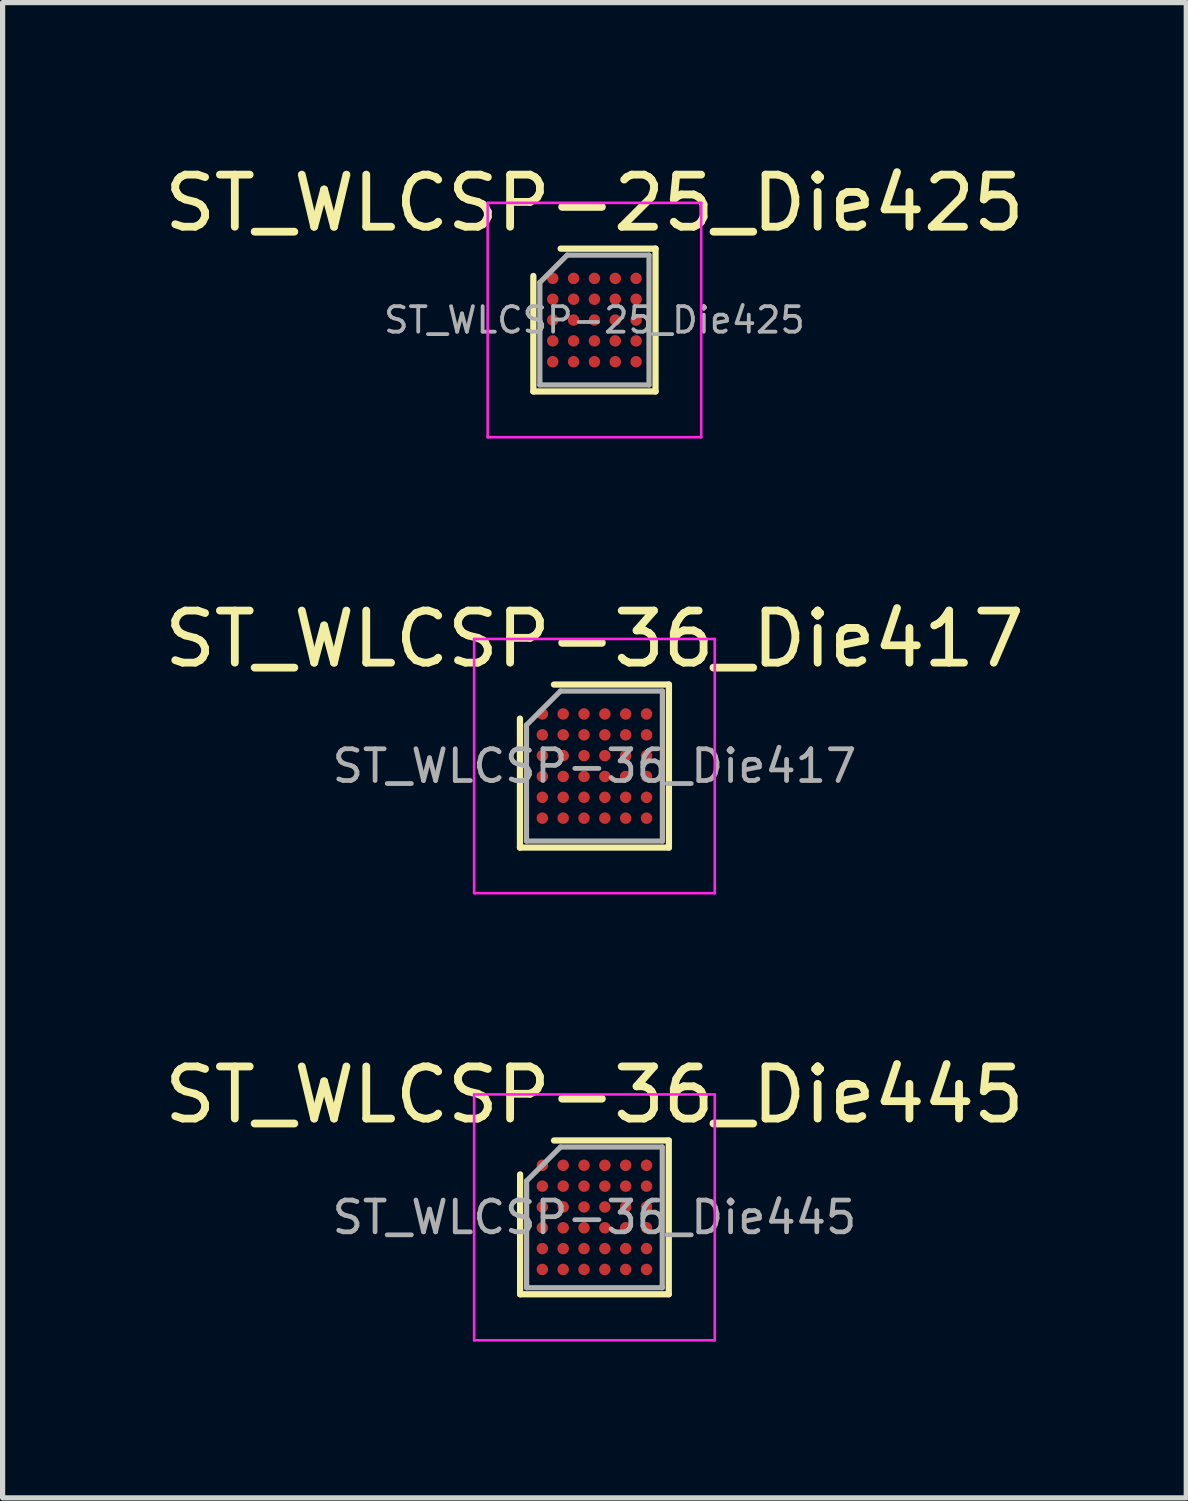
<source format=kicad_pcb>
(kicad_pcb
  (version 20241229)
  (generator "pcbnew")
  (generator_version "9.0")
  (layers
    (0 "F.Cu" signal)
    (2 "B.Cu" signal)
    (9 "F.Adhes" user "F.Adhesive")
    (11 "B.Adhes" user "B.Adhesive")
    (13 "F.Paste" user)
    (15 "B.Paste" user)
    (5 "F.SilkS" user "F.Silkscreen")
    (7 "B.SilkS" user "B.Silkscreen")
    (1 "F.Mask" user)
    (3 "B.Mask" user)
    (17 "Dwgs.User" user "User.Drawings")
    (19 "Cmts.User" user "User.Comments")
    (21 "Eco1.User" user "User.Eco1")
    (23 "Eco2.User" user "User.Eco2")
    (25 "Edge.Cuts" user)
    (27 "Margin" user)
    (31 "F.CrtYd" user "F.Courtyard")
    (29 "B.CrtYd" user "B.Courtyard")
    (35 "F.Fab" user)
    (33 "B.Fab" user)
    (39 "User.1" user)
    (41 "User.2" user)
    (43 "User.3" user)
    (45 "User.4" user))
  (footprint "ST_WLCSP-36_Die445"
    (layer "F.Cu")
    (at 8.363 20.323)
    (property "Reference" "ST_WLCSP-36_Die445" (at 0 -2.352 0) (layer "F.SilkS") (effects (font (size 1 1) (thickness 0.15))))
    (attr smd)
    (fp_line (start -1.427 1.476) (end -1.427 -0.825) (stroke (width 0.12) (type solid)) (layer "F.SilkS"))
    (fp_line (start -0.776 -1.476) (end 1.427 -1.476) (stroke (width 0.12) (type solid)) (layer "F.SilkS"))
    (fp_line (start 1.427 -1.476) (end 1.427 1.476) (stroke (width 0.12) (type solid)) (layer "F.SilkS"))
    (fp_line (start 1.427 1.476) (end -1.427 1.476) (stroke (width 0.12) (type solid)) (layer "F.SilkS"))
    (fp_line (start -2.31 -2.36) (end -2.31 2.36) (stroke (width 0.05) (type solid)) (layer "F.CrtYd"))
    (fp_line (start -2.31 2.36) (end 2.31 2.36) (stroke (width 0.05) (type solid)) (layer "F.CrtYd"))
    (fp_line (start 2.31 -2.36) (end -2.31 -2.36) (stroke (width 0.05) (type solid)) (layer "F.CrtYd"))
    (fp_line (start 2.31 2.36) (end 2.31 -2.36) (stroke (width 0.05) (type solid)) (layer "F.CrtYd"))
    (fp_line (start -1.302 -0.7) (end -0.651 -1.351) (stroke (width 0.1) (type solid)) (layer "F.Fab"))
    (fp_line (start -1.302 1.351) (end -1.302 -0.7) (stroke (width 0.1) (type solid)) (layer "F.Fab"))
    (fp_line (start -0.651 -1.351) (end 1.302 -1.351) (stroke (width 0.1) (type solid)) (layer "F.Fab"))
    (fp_line (start 1.302 -1.351) (end 1.302 1.351) (stroke (width 0.1) (type solid)) (layer "F.Fab"))
    (fp_line (start 1.302 1.351) (end -1.302 1.351) (stroke (width 0.1) (type solid)) (layer "F.Fab"))
    (fp_text user "${REFERENCE}" (at 0 0 0) (layer "F.Fab") (effects (font (size 0.61 0.61) (thickness 0.091))))
    (pad "A1" smd circle (at -1 -1) (size 0.22 0.22) (layers "F.Cu" "F.Mask" "F.Paste"))
    (pad "A2" smd circle (at -0.6 -1) (size 0.22 0.22) (layers "F.Cu" "F.Mask" "F.Paste"))
    (pad "A3" smd circle (at -0.2 -1) (size 0.22 0.22) (layers "F.Cu" "F.Mask" "F.Paste"))
    (pad "A4" smd circle (at 0.2 -1) (size 0.22 0.22) (layers "F.Cu" "F.Mask" "F.Paste"))
    (pad "A5" smd circle (at 0.6 -1) (size 0.22 0.22) (layers "F.Cu" "F.Mask" "F.Paste"))
    (pad "A6" smd circle (at 1 -1) (size 0.22 0.22) (layers "F.Cu" "F.Mask" "F.Paste"))
    (pad "B1" smd circle (at -1 -0.6) (size 0.22 0.22) (layers "F.Cu" "F.Mask" "F.Paste"))
    (pad "B2" smd circle (at -0.6 -0.6) (size 0.22 0.22) (layers "F.Cu" "F.Mask" "F.Paste"))
    (pad "B3" smd circle (at -0.2 -0.6) (size 0.22 0.22) (layers "F.Cu" "F.Mask" "F.Paste"))
    (pad "B4" smd circle (at 0.2 -0.6) (size 0.22 0.22) (layers "F.Cu" "F.Mask" "F.Paste"))
    (pad "B5" smd circle (at 0.6 -0.6) (size 0.22 0.22) (layers "F.Cu" "F.Mask" "F.Paste"))
    (pad "B6" smd circle (at 1 -0.6) (size 0.22 0.22) (layers "F.Cu" "F.Mask" "F.Paste"))
    (pad "C1" smd circle (at -1 -0.2) (size 0.22 0.22) (layers "F.Cu" "F.Mask" "F.Paste"))
    (pad "C2" smd circle (at -0.6 -0.2) (size 0.22 0.22) (layers "F.Cu" "F.Mask" "F.Paste"))
    (pad "C3" smd circle (at -0.2 -0.2) (size 0.22 0.22) (layers "F.Cu" "F.Mask" "F.Paste"))
    (pad "C4" smd circle (at 0.2 -0.2) (size 0.22 0.22) (layers "F.Cu" "F.Mask" "F.Paste"))
    (pad "C5" smd circle (at 0.6 -0.2) (size 0.22 0.22) (layers "F.Cu" "F.Mask" "F.Paste"))
    (pad "C6" smd circle (at 1 -0.2) (size 0.22 0.22) (layers "F.Cu" "F.Mask" "F.Paste"))
    (pad "D1" smd circle (at -1 0.2) (size 0.22 0.22) (layers "F.Cu" "F.Mask" "F.Paste"))
    (pad "D2" smd circle (at -0.6 0.2) (size 0.22 0.22) (layers "F.Cu" "F.Mask" "F.Paste"))
    (pad "D3" smd circle (at -0.2 0.2) (size 0.22 0.22) (layers "F.Cu" "F.Mask" "F.Paste"))
    (pad "D4" smd circle (at 0.2 0.2) (size 0.22 0.22) (layers "F.Cu" "F.Mask" "F.Paste"))
    (pad "D5" smd circle (at 0.6 0.2) (size 0.22 0.22) (layers "F.Cu" "F.Mask" "F.Paste"))
    (pad "D6" smd circle (at 1 0.2) (size 0.22 0.22) (layers "F.Cu" "F.Mask" "F.Paste"))
    (pad "E1" smd circle (at -1 0.6) (size 0.22 0.22) (layers "F.Cu" "F.Mask" "F.Paste"))
    (pad "E2" smd circle (at -0.6 0.6) (size 0.22 0.22) (layers "F.Cu" "F.Mask" "F.Paste"))
    (pad "E3" smd circle (at -0.2 0.6) (size 0.22 0.22) (layers "F.Cu" "F.Mask" "F.Paste"))
    (pad "E4" smd circle (at 0.2 0.6) (size 0.22 0.22) (layers "F.Cu" "F.Mask" "F.Paste"))
    (pad "E5" smd circle (at 0.6 0.6) (size 0.22 0.22) (layers "F.Cu" "F.Mask" "F.Paste"))
    (pad "E6" smd circle (at 1 0.6) (size 0.22 0.22) (layers "F.Cu" "F.Mask" "F.Paste"))
    (pad "F1" smd circle (at -1 1) (size 0.22 0.22) (layers "F.Cu" "F.Mask" "F.Paste"))
    (pad "F2" smd circle (at -0.6 1) (size 0.22 0.22) (layers "F.Cu" "F.Mask" "F.Paste"))
    (pad "F3" smd circle (at -0.2 1) (size 0.22 0.22) (layers "F.Cu" "F.Mask" "F.Paste"))
    (pad "F4" smd circle (at 0.2 1) (size 0.22 0.22) (layers "F.Cu" "F.Mask" "F.Paste"))
    (pad "F5" smd circle (at 0.6 1) (size 0.22 0.22) (layers "F.Cu" "F.Mask" "F.Paste"))
    (pad "F6" smd circle (at 1 1) (size 0.22 0.22) (layers "F.Cu" "F.Mask" "F.Paste")))
  (footprint "ST_WLCSP-25_Die425"
    (layer "F.Cu")
    (at 8.363 3.095)
    (property "Reference" "ST_WLCSP-25_Die425" (at 0 -2.247 0) (layer "F.SilkS") (effects (font (size 1 1) (thickness 0.15))))
    (attr smd)
    (fp_line (start -1.173 1.371) (end -1.173 -0.847) (stroke (width 0.12) (type solid)) (layer "F.SilkS"))
    (fp_line (start -0.649 -1.371) (end 1.173 -1.371) (stroke (width 0.12) (type solid)) (layer "F.SilkS"))
    (fp_line (start 1.173 -1.371) (end 1.173 1.371) (stroke (width 0.12) (type solid)) (layer "F.SilkS"))
    (fp_line (start 1.173 1.371) (end -1.173 1.371) (stroke (width 0.12) (type solid)) (layer "F.SilkS"))
    (fp_line (start -2.05 -2.25) (end -2.05 2.25) (stroke (width 0.05) (type solid)) (layer "F.CrtYd"))
    (fp_line (start -2.05 2.25) (end 2.05 2.25) (stroke (width 0.05) (type solid)) (layer "F.CrtYd"))
    (fp_line (start 2.05 -2.25) (end -2.05 -2.25) (stroke (width 0.05) (type solid)) (layer "F.CrtYd"))
    (fp_line (start 2.05 2.25) (end 2.05 -2.25) (stroke (width 0.05) (type solid)) (layer "F.CrtYd"))
    (fp_line (start -1.048 -0.722) (end -0.524 -1.246) (stroke (width 0.1) (type solid)) (layer "F.Fab"))
    (fp_line (start -1.048 1.246) (end -1.048 -0.722) (stroke (width 0.1) (type solid)) (layer "F.Fab"))
    (fp_line (start -0.524 -1.246) (end 1.048 -1.246) (stroke (width 0.1) (type solid)) (layer "F.Fab"))
    (fp_line (start 1.048 -1.246) (end 1.048 1.246) (stroke (width 0.1) (type solid)) (layer "F.Fab"))
    (fp_line (start 1.048 1.246) (end -1.048 1.246) (stroke (width 0.1) (type solid)) (layer "F.Fab"))
    (fp_text user "${REFERENCE}" (at 0 0 0) (layer "F.Fab") (effects (font (size 0.49 0.49) (thickness 0.073))))
    (pad "A1" smd circle (at -0.8 -0.8) (size 0.22 0.22) (layers "F.Cu" "F.Mask" "F.Paste"))
    (pad "A2" smd circle (at -0.4 -0.8) (size 0.22 0.22) (layers "F.Cu" "F.Mask" "F.Paste"))
    (pad "A3" smd circle (at 0 -0.8) (size 0.22 0.22) (layers "F.Cu" "F.Mask" "F.Paste"))
    (pad "A4" smd circle (at 0.4 -0.8) (size 0.22 0.22) (layers "F.Cu" "F.Mask" "F.Paste"))
    (pad "A5" smd circle (at 0.8 -0.8) (size 0.22 0.22) (layers "F.Cu" "F.Mask" "F.Paste"))
    (pad "B1" smd circle (at -0.8 -0.4) (size 0.22 0.22) (layers "F.Cu" "F.Mask" "F.Paste"))
    (pad "B2" smd circle (at -0.4 -0.4) (size 0.22 0.22) (layers "F.Cu" "F.Mask" "F.Paste"))
    (pad "B3" smd circle (at 0 -0.4) (size 0.22 0.22) (layers "F.Cu" "F.Mask" "F.Paste"))
    (pad "B4" smd circle (at 0.4 -0.4) (size 0.22 0.22) (layers "F.Cu" "F.Mask" "F.Paste"))
    (pad "B5" smd circle (at 0.8 -0.4) (size 0.22 0.22) (layers "F.Cu" "F.Mask" "F.Paste"))
    (pad "C1" smd circle (at -0.8 0) (size 0.22 0.22) (layers "F.Cu" "F.Mask" "F.Paste"))
    (pad "C2" smd circle (at -0.4 0) (size 0.22 0.22) (layers "F.Cu" "F.Mask" "F.Paste"))
    (pad "C3" smd circle (at 0 0) (size 0.22 0.22) (layers "F.Cu" "F.Mask" "F.Paste"))
    (pad "C4" smd circle (at 0.4 0) (size 0.22 0.22) (layers "F.Cu" "F.Mask" "F.Paste"))
    (pad "C5" smd circle (at 0.8 0) (size 0.22 0.22) (layers "F.Cu" "F.Mask" "F.Paste"))
    (pad "D1" smd circle (at -0.8 0.4) (size 0.22 0.22) (layers "F.Cu" "F.Mask" "F.Paste"))
    (pad "D2" smd circle (at -0.4 0.4) (size 0.22 0.22) (layers "F.Cu" "F.Mask" "F.Paste"))
    (pad "D3" smd circle (at 0 0.4) (size 0.22 0.22) (layers "F.Cu" "F.Mask" "F.Paste"))
    (pad "D4" smd circle (at 0.4 0.4) (size 0.22 0.22) (layers "F.Cu" "F.Mask" "F.Paste"))
    (pad "D5" smd circle (at 0.8 0.4) (size 0.22 0.22) (layers "F.Cu" "F.Mask" "F.Paste"))
    (pad "E1" smd circle (at -0.8 0.8) (size 0.22 0.22) (layers "F.Cu" "F.Mask" "F.Paste"))
    (pad "E2" smd circle (at -0.4 0.8) (size 0.22 0.22) (layers "F.Cu" "F.Mask" "F.Paste"))
    (pad "E3" smd circle (at 0 0.8) (size 0.22 0.22) (layers "F.Cu" "F.Mask" "F.Paste"))
    (pad "E4" smd circle (at 0.4 0.8) (size 0.22 0.22) (layers "F.Cu" "F.Mask" "F.Paste"))
    (pad "E5" smd circle (at 0.8 0.8) (size 0.22 0.22) (layers "F.Cu" "F.Mask" "F.Paste")))
  (footprint "ST_WLCSP-36_Die417"
    (layer "F.Cu")
    (at 8.363 11.658)
    (property "Reference" "ST_WLCSP-36_Die417" (at 0 -2.44 0) (layer "F.SilkS") (effects (font (size 1 1) (thickness 0.15))))
    (attr smd)
    (fp_line (start -1.43 1.565) (end -1.43 -0.912) (stroke (width 0.12) (type solid)) (layer "F.SilkS"))
    (fp_line (start -0.777 -1.565) (end 1.43 -1.565) (stroke (width 0.12) (type solid)) (layer "F.SilkS"))
    (fp_line (start 1.43 -1.565) (end 1.43 1.565) (stroke (width 0.12) (type solid)) (layer "F.SilkS"))
    (fp_line (start 1.43 1.565) (end -1.43 1.565) (stroke (width 0.12) (type solid)) (layer "F.SilkS"))
    (fp_line (start -2.31 -2.44) (end -2.31 2.44) (stroke (width 0.05) (type solid)) (layer "F.CrtYd"))
    (fp_line (start -2.31 2.44) (end 2.31 2.44) (stroke (width 0.05) (type solid)) (layer "F.CrtYd"))
    (fp_line (start 2.31 -2.44) (end -2.31 -2.44) (stroke (width 0.05) (type solid)) (layer "F.CrtYd"))
    (fp_line (start 2.31 2.44) (end 2.31 -2.44) (stroke (width 0.05) (type solid)) (layer "F.CrtYd"))
    (fp_line (start -1.305 -0.787) (end -0.652 -1.44) (stroke (width 0.1) (type solid)) (layer "F.Fab"))
    (fp_line (start -1.305 1.44) (end -1.305 -0.787) (stroke (width 0.1) (type solid)) (layer "F.Fab"))
    (fp_line (start -0.652 -1.44) (end 1.305 -1.44) (stroke (width 0.1) (type solid)) (layer "F.Fab"))
    (fp_line (start 1.305 -1.44) (end 1.305 1.44) (stroke (width 0.1) (type solid)) (layer "F.Fab"))
    (fp_line (start 1.305 1.44) (end -1.305 1.44) (stroke (width 0.1) (type solid)) (layer "F.Fab"))
    (fp_text user "${REFERENCE}" (at 0 0 0) (layer "F.Fab") (effects (font (size 0.61 0.61) (thickness 0.091))))
    (pad "A1" smd circle (at -1 -1) (size 0.22 0.22) (layers "F.Cu" "F.Mask" "F.Paste"))
    (pad "A2" smd circle (at -0.6 -1) (size 0.22 0.22) (layers "F.Cu" "F.Mask" "F.Paste"))
    (pad "A3" smd circle (at -0.2 -1) (size 0.22 0.22) (layers "F.Cu" "F.Mask" "F.Paste"))
    (pad "A4" smd circle (at 0.2 -1) (size 0.22 0.22) (layers "F.Cu" "F.Mask" "F.Paste"))
    (pad "A5" smd circle (at 0.6 -1) (size 0.22 0.22) (layers "F.Cu" "F.Mask" "F.Paste"))
    (pad "A6" smd circle (at 1 -1) (size 0.22 0.22) (layers "F.Cu" "F.Mask" "F.Paste"))
    (pad "B1" smd circle (at -1 -0.6) (size 0.22 0.22) (layers "F.Cu" "F.Mask" "F.Paste"))
    (pad "B2" smd circle (at -0.6 -0.6) (size 0.22 0.22) (layers "F.Cu" "F.Mask" "F.Paste"))
    (pad "B3" smd circle (at -0.2 -0.6) (size 0.22 0.22) (layers "F.Cu" "F.Mask" "F.Paste"))
    (pad "B4" smd circle (at 0.2 -0.6) (size 0.22 0.22) (layers "F.Cu" "F.Mask" "F.Paste"))
    (pad "B5" smd circle (at 0.6 -0.6) (size 0.22 0.22) (layers "F.Cu" "F.Mask" "F.Paste"))
    (pad "B6" smd circle (at 1 -0.6) (size 0.22 0.22) (layers "F.Cu" "F.Mask" "F.Paste"))
    (pad "C1" smd circle (at -1 -0.2) (size 0.22 0.22) (layers "F.Cu" "F.Mask" "F.Paste"))
    (pad "C2" smd circle (at -0.6 -0.2) (size 0.22 0.22) (layers "F.Cu" "F.Mask" "F.Paste"))
    (pad "C3" smd circle (at -0.2 -0.2) (size 0.22 0.22) (layers "F.Cu" "F.Mask" "F.Paste"))
    (pad "C4" smd circle (at 0.2 -0.2) (size 0.22 0.22) (layers "F.Cu" "F.Mask" "F.Paste"))
    (pad "C5" smd circle (at 0.6 -0.2) (size 0.22 0.22) (layers "F.Cu" "F.Mask" "F.Paste"))
    (pad "C6" smd circle (at 1 -0.2) (size 0.22 0.22) (layers "F.Cu" "F.Mask" "F.Paste"))
    (pad "D1" smd circle (at -1 0.2) (size 0.22 0.22) (layers "F.Cu" "F.Mask" "F.Paste"))
    (pad "D2" smd circle (at -0.6 0.2) (size 0.22 0.22) (layers "F.Cu" "F.Mask" "F.Paste"))
    (pad "D3" smd circle (at -0.2 0.2) (size 0.22 0.22) (layers "F.Cu" "F.Mask" "F.Paste"))
    (pad "D4" smd circle (at 0.2 0.2) (size 0.22 0.22) (layers "F.Cu" "F.Mask" "F.Paste"))
    (pad "D5" smd circle (at 0.6 0.2) (size 0.22 0.22) (layers "F.Cu" "F.Mask" "F.Paste"))
    (pad "D6" smd circle (at 1 0.2) (size 0.22 0.22) (layers "F.Cu" "F.Mask" "F.Paste"))
    (pad "E1" smd circle (at -1 0.6) (size 0.22 0.22) (layers "F.Cu" "F.Mask" "F.Paste"))
    (pad "E2" smd circle (at -0.6 0.6) (size 0.22 0.22) (layers "F.Cu" "F.Mask" "F.Paste"))
    (pad "E3" smd circle (at -0.2 0.6) (size 0.22 0.22) (layers "F.Cu" "F.Mask" "F.Paste"))
    (pad "E4" smd circle (at 0.2 0.6) (size 0.22 0.22) (layers "F.Cu" "F.Mask" "F.Paste"))
    (pad "E5" smd circle (at 0.6 0.6) (size 0.22 0.22) (layers "F.Cu" "F.Mask" "F.Paste"))
    (pad "E6" smd circle (at 1 0.6) (size 0.22 0.22) (layers "F.Cu" "F.Mask" "F.Paste"))
    (pad "F1" smd circle (at -1 1) (size 0.22 0.22) (layers "F.Cu" "F.Mask" "F.Paste"))
    (pad "F2" smd circle (at -0.6 1) (size 0.22 0.22) (layers "F.Cu" "F.Mask" "F.Paste"))
    (pad "F3" smd circle (at -0.2 1) (size 0.22 0.22) (layers "F.Cu" "F.Mask" "F.Paste"))
    (pad "F4" smd circle (at 0.2 1) (size 0.22 0.22) (layers "F.Cu" "F.Mask" "F.Paste"))
    (pad "F5" smd circle (at 0.6 1) (size 0.22 0.22) (layers "F.Cu" "F.Mask" "F.Paste"))
    (pad "F6" smd circle (at 1 1) (size 0.22 0.22) (layers "F.Cu" "F.Mask" "F.Paste")))
  (gr_rect
    (start -3 -3)
    (end 19.726 25.708)
    (stroke (width 0.1) (type default))
    (fill no)
    (layer "Edge.Cuts")))
</source>
